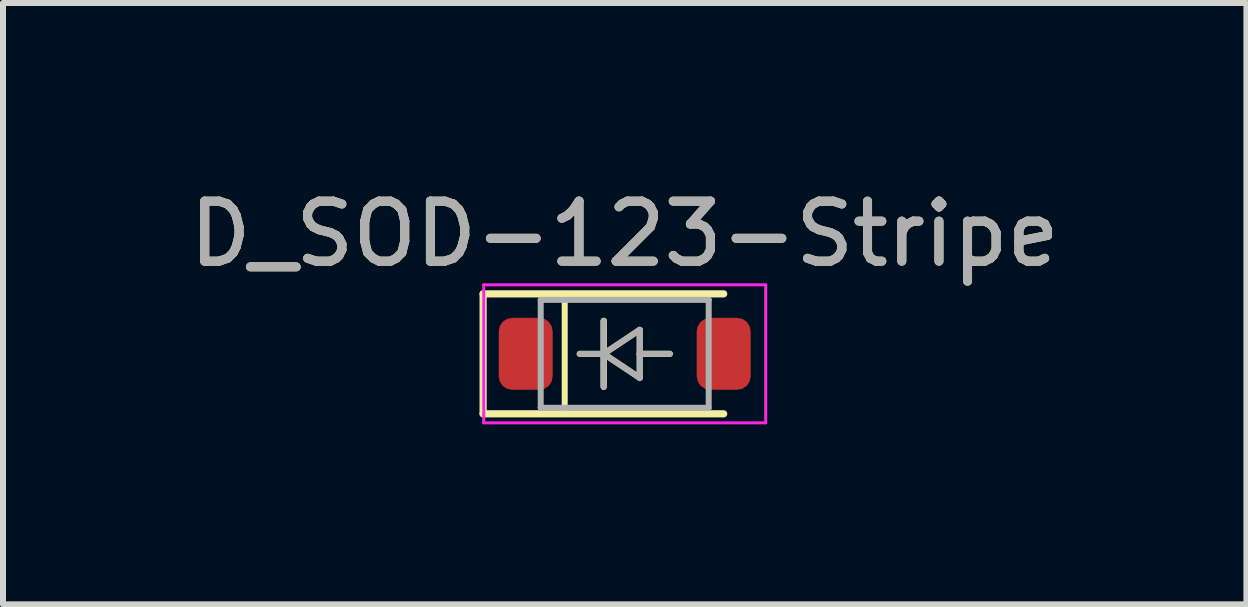
<source format=kicad_pcb>
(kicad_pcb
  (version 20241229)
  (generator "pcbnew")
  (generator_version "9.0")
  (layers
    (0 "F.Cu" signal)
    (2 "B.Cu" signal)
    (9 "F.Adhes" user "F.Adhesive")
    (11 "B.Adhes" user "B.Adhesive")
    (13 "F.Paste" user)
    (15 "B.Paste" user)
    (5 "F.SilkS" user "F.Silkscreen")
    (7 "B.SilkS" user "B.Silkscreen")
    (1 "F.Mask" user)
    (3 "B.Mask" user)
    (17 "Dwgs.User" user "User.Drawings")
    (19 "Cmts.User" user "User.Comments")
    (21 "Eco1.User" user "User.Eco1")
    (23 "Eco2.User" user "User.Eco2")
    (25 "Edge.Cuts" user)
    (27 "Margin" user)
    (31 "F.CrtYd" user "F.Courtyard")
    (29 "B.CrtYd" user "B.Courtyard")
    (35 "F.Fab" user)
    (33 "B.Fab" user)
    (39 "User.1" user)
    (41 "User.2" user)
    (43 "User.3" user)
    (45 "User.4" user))
  (footprint "D_SOD-123-Stripe"
    (layer "F.Cu")
    (at 7.363 2.848)
    (property "Reference" "D_SOD-123-Stripe" (at 0 -2 0) (layer "F.SilkS") (effects (font (size 1 1) (thickness 0.15))))
    (attr smd)
    (fp_line (start -2.36 -1) (end -2.36 1) (stroke (width 0.12) (type solid)) (layer "F.SilkS"))
    (fp_line (start -2.36 -1) (end 1.65 -1) (stroke (width 0.12) (type solid)) (layer "F.SilkS"))
    (fp_line (start -2.36 1) (end 1.65 1) (stroke (width 0.12) (type solid)) (layer "F.SilkS"))
    (fp_line (start -1 -1) (end -1 1) (stroke (width 0.1) (type default)) (layer "F.SilkS"))
    (fp_line (start -0.75 0) (end -0.35 0) (stroke (width 0.1) (type default)) (layer "F.SilkS"))
    (fp_line (start -0.35 -0.55) (end -0.35 0.55) (stroke (width 0.1) (type default)) (layer "F.SilkS"))
    (fp_line (start -0.35 0) (end -0.35 -0.55) (stroke (width 0.1) (type default)) (layer "F.SilkS"))
    (fp_line (start -0.35 0) (end 0.25 -0.4) (stroke (width 0.1) (type default)) (layer "F.SilkS"))
    (fp_line (start -0.35 0.55) (end -0.35 0) (stroke (width 0.1) (type default)) (layer "F.SilkS"))
    (fp_line (start 0.25 -0.4) (end 0.25 0.4) (stroke (width 0.1) (type default)) (layer "F.SilkS"))
    (fp_line (start 0.25 0) (end 0.75 0) (stroke (width 0.1) (type default)) (layer "F.SilkS"))
    (fp_line (start 0.25 0.4) (end -0.35 0) (stroke (width 0.1) (type default)) (layer "F.SilkS"))
    (fp_line (start 0.75 0) (end 0.25 0) (stroke (width 0.1) (type default)) (layer "F.SilkS"))
    (fp_line (start -2.35 -1.15) (end -2.35 1.15) (stroke (width 0.05) (type solid)) (layer "F.CrtYd"))
    (fp_line (start -2.35 -1.15) (end 2.35 -1.15) (stroke (width 0.05) (type solid)) (layer "F.CrtYd"))
    (fp_line (start 2.35 -1.15) (end 2.35 1.15) (stroke (width 0.05) (type solid)) (layer "F.CrtYd"))
    (fp_line (start 2.35 1.15) (end -2.35 1.15) (stroke (width 0.05) (type solid)) (layer "F.CrtYd"))
    (fp_line (start -1.4 -0.9) (end 1.4 -0.9) (stroke (width 0.1) (type solid)) (layer "F.Fab"))
    (fp_line (start -1.4 0.9) (end -1.4 -0.9) (stroke (width 0.1) (type solid)) (layer "F.Fab"))
    (fp_line (start -0.75 0) (end -0.35 0) (stroke (width 0.1) (type solid)) (layer "F.Fab"))
    (fp_line (start -0.35 0) (end -0.35 -0.55) (stroke (width 0.1) (type solid)) (layer "F.Fab"))
    (fp_line (start -0.35 0) (end -0.35 0.55) (stroke (width 0.1) (type solid)) (layer "F.Fab"))
    (fp_line (start -0.35 0) (end 0.25 -0.4) (stroke (width 0.1) (type solid)) (layer "F.Fab"))
    (fp_line (start 0.25 -0.4) (end 0.25 0.4) (stroke (width 0.1) (type solid)) (layer "F.Fab"))
    (fp_line (start 0.25 0) (end 0.75 0) (stroke (width 0.1) (type solid)) (layer "F.Fab"))
    (fp_line (start 0.25 0.4) (end -0.35 0) (stroke (width 0.1) (type solid)) (layer "F.Fab"))
    (fp_line (start 1.4 -0.9) (end 1.4 0.9) (stroke (width 0.1) (type solid)) (layer "F.Fab"))
    (fp_line (start 1.4 0.9) (end -1.4 0.9) (stroke (width 0.1) (type solid)) (layer "F.Fab"))
    (fp_text user "${REFERENCE}" (at 0 -2 0) (layer "F.Fab") (effects (font (size 1 1) (thickness 0.15))))
    (pad "1" smd roundrect (at -1.65 0) (size 0.9 1.2) (layers "F.Cu" "F.Mask" "F.Paste") (roundrect_rratio 0.25))
    (pad "2" smd roundrect (at 1.65 0) (size 0.9 1.2) (layers "F.Cu" "F.Mask" "F.Paste") (roundrect_rratio 0.25)))
  (gr_rect
    (start -3 -3)
    (end 17.726 7.023)
    (stroke (width 0.1) (type default))
    (fill no)
    (layer "Edge.Cuts")))
</source>
